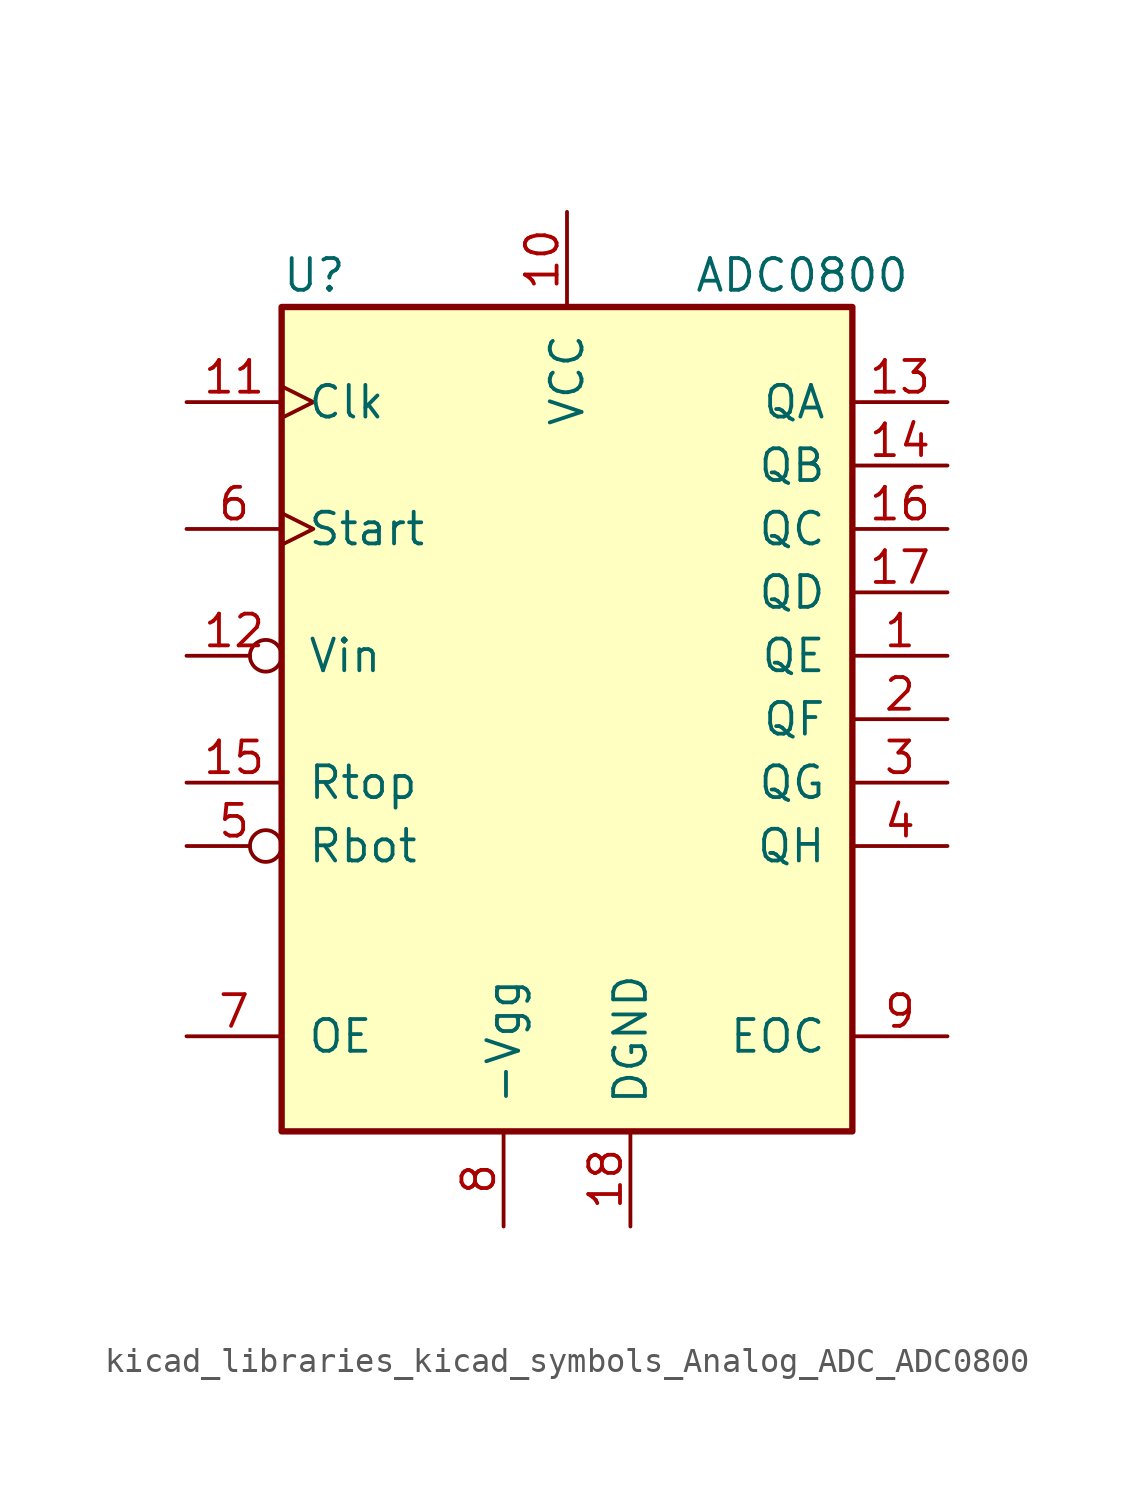
<source format=kicad_sym>
(kicad_symbol_lib
  (version 20220914)
  (generator kicad_symbol_editor)
  (symbol "kicad_libraries_kicad_symbols_Analog_ADC_ADC0800"
    (pin_names
      (offset 1.016))
    (property "Reference" "U"
      (at -11.43 17.78 0)
      (effects (font (size 1.27 1.27)) (justify left)))
    (property "Value" "ADC0800"
      (at 5.08 17.78 0)
      (effects (font (size 1.27 1.27)) (justify left)))
    (symbol "kicad_libraries_kicad_symbols_Analog_ADC_ADC0800_0_1"
      (rectangle (start -11.43 -16.51) (end 11.43 16.51) (stroke (width 0.254) (type default)) (fill (type background))))
    (symbol "kicad_libraries_kicad_symbols_Analog_ADC_ADC0800_1_1"
      (pin tri_state line (at 15.24 2.54 180) (length 3.81) (name "QE" (effects (font (size 1.27 1.27)))) (number "1" (effects (font (size 1.27 1.27)))))
      (pin power_in line (at 0 20.32 270) (length 3.81) (name "VCC" (effects (font (size 1.27 1.27)))) (number "10" (effects (font (size 1.27 1.27)))))
      (pin input clock (at -15.24 12.7 0) (length 3.81) (name "Clk" (effects (font (size 1.27 1.27)))) (number "11" (effects (font (size 1.27 1.27)))))
      (pin input inverted (at -15.24 2.54 0) (length 3.81) (name "Vin" (effects (font (size 1.27 1.27)))) (number "12" (effects (font (size 1.27 1.27)))))
      (pin tri_state line (at 15.24 12.7 180) (length 3.81) (name "QA" (effects (font (size 1.27 1.27)))) (number "13" (effects (font (size 1.27 1.27)))))
      (pin tri_state line (at 15.24 10.16 180) (length 3.81) (name "QB" (effects (font (size 1.27 1.27)))) (number "14" (effects (font (size 1.27 1.27)))))
      (pin input line (at -15.24 -2.54 0) (length 3.81) (name "Rtop" (effects (font (size 1.27 1.27)))) (number "15" (effects (font (size 1.27 1.27)))))
      (pin tri_state line (at 15.24 7.62 180) (length 3.81) (name "QC" (effects (font (size 1.27 1.27)))) (number "16" (effects (font (size 1.27 1.27)))))
      (pin tri_state line (at 15.24 5.08 180) (length 3.81) (name "QD" (effects (font (size 1.27 1.27)))) (number "17" (effects (font (size 1.27 1.27)))))
      (pin power_in line (at 2.54 -20.32 90) (length 3.81) (name "DGND" (effects (font (size 1.27 1.27)))) (number "18" (effects (font (size 1.27 1.27)))))
      (pin tri_state line (at 15.24 0 180) (length 3.81) (name "QF" (effects (font (size 1.27 1.27)))) (number "2" (effects (font (size 1.27 1.27)))))
      (pin tri_state line (at 15.24 -2.54 180) (length 3.81) (name "QG" (effects (font (size 1.27 1.27)))) (number "3" (effects (font (size 1.27 1.27)))))
      (pin tri_state line (at 15.24 -5.08 180) (length 3.81) (name "QH" (effects (font (size 1.27 1.27)))) (number "4" (effects (font (size 1.27 1.27)))))
      (pin input inverted (at -15.24 -5.08 0) (length 3.81) (name "Rbot" (effects (font (size 1.27 1.27)))) (number "5" (effects (font (size 1.27 1.27)))))
      (pin input clock (at -15.24 7.62 0) (length 3.81) (name "Start" (effects (font (size 1.27 1.27)))) (number "6" (effects (font (size 1.27 1.27)))))
      (pin input line (at -15.24 -12.7 0) (length 3.81) (name "OE" (effects (font (size 1.27 1.27)))) (number "7" (effects (font (size 1.27 1.27)))))
      (pin power_in line (at -2.54 -20.32 90) (length 3.81) (name "-Vgg" (effects (font (size 1.27 1.27)))) (number "8" (effects (font (size 1.27 1.27)))))
      (pin output line (at 15.24 -12.7 180) (length 3.81) (name "EOC" (effects (font (size 1.27 1.27)))) (number "9" (effects (font (size 1.27 1.27))))))))
</source>
